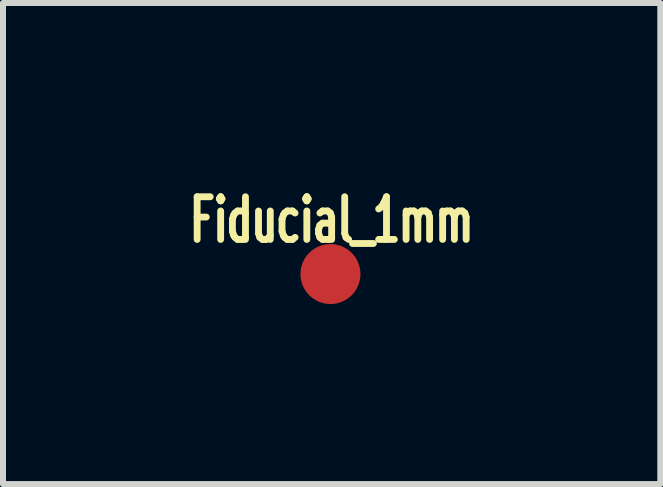
<source format=kicad_pcb>
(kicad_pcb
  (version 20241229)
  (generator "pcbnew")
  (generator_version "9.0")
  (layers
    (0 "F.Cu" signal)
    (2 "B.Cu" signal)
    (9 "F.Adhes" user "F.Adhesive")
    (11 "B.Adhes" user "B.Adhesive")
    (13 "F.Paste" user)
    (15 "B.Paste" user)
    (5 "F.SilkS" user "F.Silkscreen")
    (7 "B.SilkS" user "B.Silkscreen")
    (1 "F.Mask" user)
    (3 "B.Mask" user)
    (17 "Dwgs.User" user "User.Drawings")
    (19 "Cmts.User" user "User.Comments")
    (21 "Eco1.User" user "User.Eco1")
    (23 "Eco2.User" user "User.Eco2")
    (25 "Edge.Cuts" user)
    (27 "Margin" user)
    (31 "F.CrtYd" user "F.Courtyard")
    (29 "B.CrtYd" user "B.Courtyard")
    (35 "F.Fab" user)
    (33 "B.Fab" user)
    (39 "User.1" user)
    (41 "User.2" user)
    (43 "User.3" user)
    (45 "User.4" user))
  (footprint "Fiducial_1mm"
    (layer "F.Cu")
    (at 2.457 1.517)
    (property "Reference" "Fiducial_1mm" (at 0.02 -0.9 0) (layer "F.SilkS") (effects (font (size 0.711 0.457) (thickness 0.114))))
    (attr through_hole)
    (pad "1" smd circle (at 0 0) (size 1 1) (layers "F.Cu" "F.Mask")))
  (gr_rect
    (start -3 -3)
    (end 7.954 5.017)
    (stroke (width 0.1) (type default))
    (fill no)
    (layer "Edge.Cuts")))
</source>
